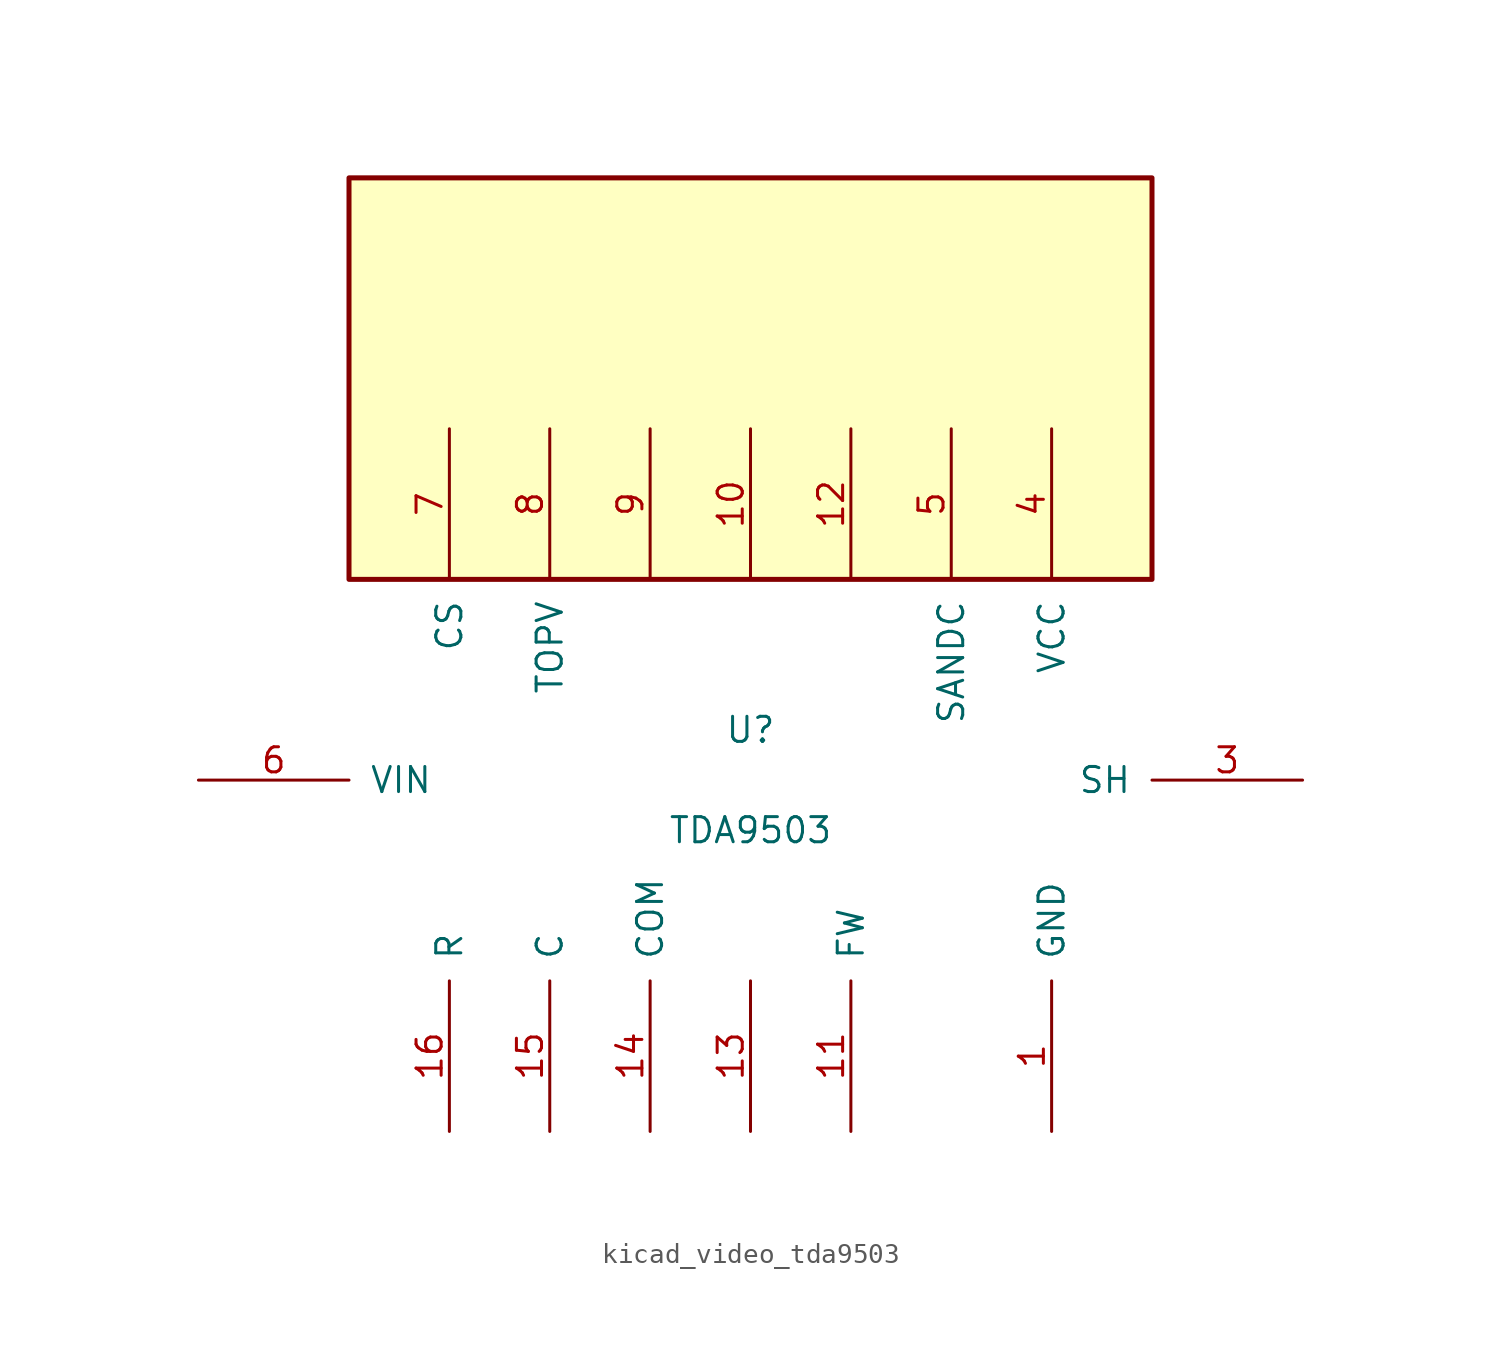
<source format=kicad_sym>
(kicad_symbol_lib
  (version 20220914)
  (generator kicad_symbol_editor)
  (symbol "kicad_video_tda9503"
    (pin_names
      (offset 1.016))
    (property "Reference" "U"
      (at 0 2.54 0)
      (effects (font (size 1.27 1.27))))
    (property "Value" "TDA9503"
      (at 0 -2.54 0)
      (effects (font (size 1.27 1.27))))
    (symbol "kicad_video_tda9503_0_1"
      (rectangle (start 20.32 30.48) (end -20.32 10.16) (stroke (width 0.254) (type default)) (fill (type background))))
    (symbol "kicad_video_tda9503_1_1"
      (pin power_in line (at 15.24 -17.78 90) (length 7.62) (name "GND" (effects (font (size 1.27 1.27)))) (number "1" (effects (font (size 1.27 1.27)))))
      (pin passive line (at 0 17.78 270) (length 7.62) (name "~" (effects (font (size 1.27 1.27)))) (number "10" (effects (font (size 1.27 1.27)))))
      (pin input line (at 5.08 -17.78 90) (length 7.62) (name "FW" (effects (font (size 1.27 1.27)))) (number "11" (effects (font (size 1.27 1.27)))))
      (pin passive line (at 5.08 17.78 270) (length 7.62) (name "~" (effects (font (size 1.27 1.27)))) (number "12" (effects (font (size 1.27 1.27)))))
      (pin passive line (at 0 -17.78 90) (length 7.62) (name "~" (effects (font (size 1.27 1.27)))) (number "13" (effects (font (size 1.27 1.27)))))
      (pin passive line (at -5.08 -17.78 90) (length 7.62) (name "COM" (effects (font (size 1.27 1.27)))) (number "14" (effects (font (size 1.27 1.27)))))
      (pin input line (at -10.16 -17.78 90) (length 7.62) (name "C" (effects (font (size 1.27 1.27)))) (number "15" (effects (font (size 1.27 1.27)))))
      (pin input line (at -15.24 -17.78 90) (length 7.62) (name "R" (effects (font (size 1.27 1.27)))) (number "16" (effects (font (size 1.27 1.27)))))
      (pin output line (at 27.94 0 180) (length 7.62) (name "SH" (effects (font (size 1.27 1.27)))) (number "3" (effects (font (size 1.27 1.27)))))
      (pin power_in line (at 15.24 17.78 270) (length 7.62) (name "VCC" (effects (font (size 1.27 1.27)))) (number "4" (effects (font (size 1.27 1.27)))))
      (pin output line (at 10.16 17.78 270) (length 7.62) (name "SANDC" (effects (font (size 1.27 1.27)))) (number "5" (effects (font (size 1.27 1.27)))))
      (pin power_in line (at -27.94 0 0) (length 7.62) (name "VIN" (effects (font (size 1.27 1.27)))) (number "6" (effects (font (size 1.27 1.27)))))
      (pin output line (at -15.24 17.78 270) (length 7.62) (name "CS" (effects (font (size 1.27 1.27)))) (number "7" (effects (font (size 1.27 1.27)))))
      (pin output line (at -10.16 17.78 270) (length 7.62) (name "TOPV" (effects (font (size 1.27 1.27)))) (number "8" (effects (font (size 1.27 1.27)))))
      (pin passive line (at -5.08 17.78 270) (length 7.62) (name "~" (effects (font (size 1.27 1.27)))) (number "9" (effects (font (size 1.27 1.27))))))))
</source>
